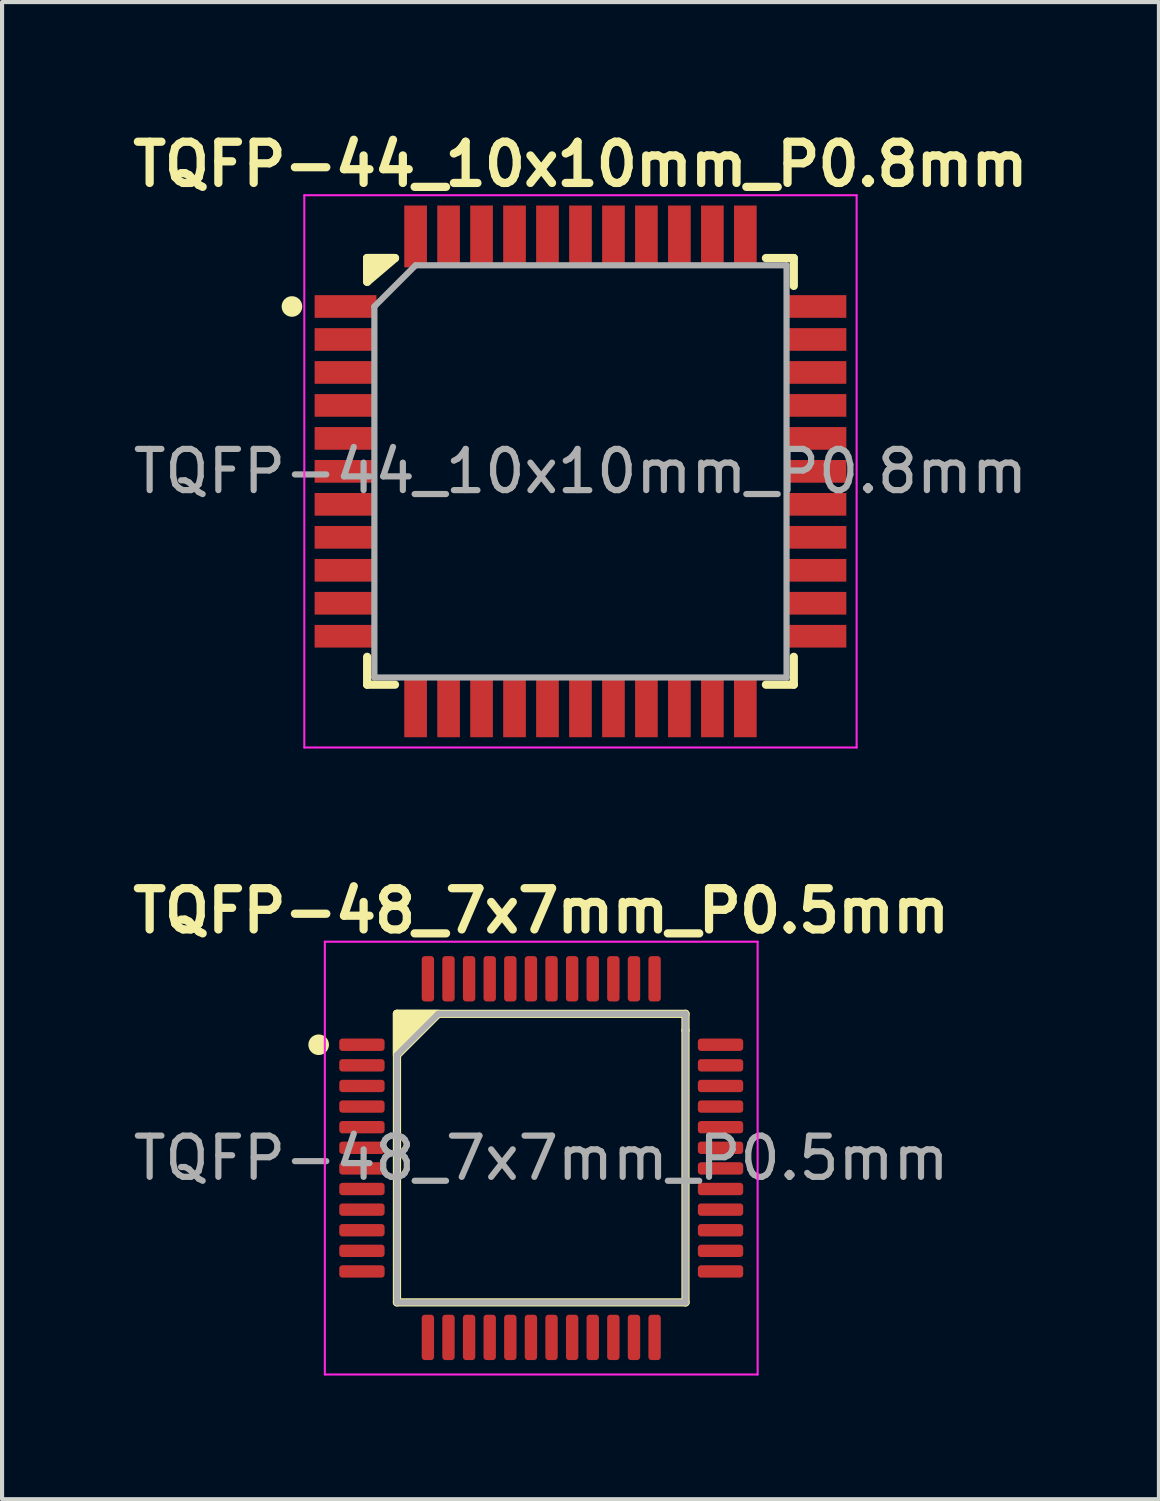
<source format=kicad_pcb>
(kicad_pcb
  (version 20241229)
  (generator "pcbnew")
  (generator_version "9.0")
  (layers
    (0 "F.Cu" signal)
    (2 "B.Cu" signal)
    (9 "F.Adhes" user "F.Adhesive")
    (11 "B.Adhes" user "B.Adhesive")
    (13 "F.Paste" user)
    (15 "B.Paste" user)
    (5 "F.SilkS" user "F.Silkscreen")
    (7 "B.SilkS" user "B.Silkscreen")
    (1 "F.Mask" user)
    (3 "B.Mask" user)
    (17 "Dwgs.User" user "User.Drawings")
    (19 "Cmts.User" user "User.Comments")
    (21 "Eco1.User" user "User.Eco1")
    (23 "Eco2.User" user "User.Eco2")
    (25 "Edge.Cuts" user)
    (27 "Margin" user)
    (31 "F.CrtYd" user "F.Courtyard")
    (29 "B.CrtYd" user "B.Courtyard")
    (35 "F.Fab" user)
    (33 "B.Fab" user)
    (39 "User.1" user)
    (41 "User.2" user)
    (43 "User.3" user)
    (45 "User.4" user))
  (footprint "TQFP-44_10x10mm_P0.8mm"
    (layer "F.Cu")
    (at 11.033 8.386)
    (property "Reference" "TQFP-44_10x10mm_P0.8mm" (at 0 -7.45 0) (layer "F.SilkS") (effects (font (size 1 1) (thickness 0.2))))
    (attr smd)
    (fp_line (start -5.175 -5.175) (end -5.175 -4.6) (stroke (width 0.2) (type solid)) (layer "F.SilkS"))
    (fp_line (start -5.175 -5.175) (end -4.5 -5.175) (stroke (width 0.2) (type solid)) (layer "F.SilkS"))
    (fp_line (start -5.175 5.175) (end -5.175 4.5) (stroke (width 0.2) (type solid)) (layer "F.SilkS"))
    (fp_line (start -5.175 5.175) (end -4.5 5.175) (stroke (width 0.2) (type solid)) (layer "F.SilkS"))
    (fp_line (start 5.175 -5.175) (end 4.5 -5.175) (stroke (width 0.2) (type solid)) (layer "F.SilkS"))
    (fp_line (start 5.175 -5.175) (end 5.175 -4.5) (stroke (width 0.2) (type solid)) (layer "F.SilkS"))
    (fp_line (start 5.175 5.175) (end 4.5 5.175) (stroke (width 0.2) (type solid)) (layer "F.SilkS"))
    (fp_line (start 5.175 5.175) (end 5.175 4.5) (stroke (width 0.2) (type solid)) (layer "F.SilkS"))
    (fp_circle (center -7 -4) (end -6.875 -4) (stroke (width 0.25) (type solid)) (fill no) (layer "F.SilkS"))
    (fp_poly (pts (xy -5.175 -4.6) (xy -5.175 -5.175) (xy -4.5 -5.175)) (stroke (width 0.2) (type solid)) (fill yes) (layer "F.SilkS"))
    (fp_line (start -6.7 -6.7) (end -6.7 6.7) (stroke (width 0.05) (type solid)) (layer "F.CrtYd"))
    (fp_line (start -6.7 -6.7) (end 6.7 -6.7) (stroke (width 0.05) (type solid)) (layer "F.CrtYd"))
    (fp_line (start -6.7 6.7) (end 6.7 6.7) (stroke (width 0.05) (type solid)) (layer "F.CrtYd"))
    (fp_line (start 6.7 -6.7) (end 6.7 6.7) (stroke (width 0.05) (type solid)) (layer "F.CrtYd"))
    (fp_line (start -5 -4) (end -4 -5) (stroke (width 0.15) (type solid)) (layer "F.Fab"))
    (fp_line (start -5 5) (end -5 -4) (stroke (width 0.15) (type solid)) (layer "F.Fab"))
    (fp_line (start -4 -5) (end 5 -5) (stroke (width 0.15) (type solid)) (layer "F.Fab"))
    (fp_line (start 5 -5) (end 5 5) (stroke (width 0.15) (type solid)) (layer "F.Fab"))
    (fp_line (start 5 5) (end -5 5) (stroke (width 0.15) (type solid)) (layer "F.Fab"))
    (fp_text user "${REFERENCE}" (at 0 0 0) (layer "F.Fab") (effects (font (size 1 1) (thickness 0.15))))
    (pad "1" smd rect (at -5.7 -4) (size 1.5 0.55) (layers "F.Cu" "F.Mask" "F.Paste"))
    (pad "2" smd rect (at -5.7 -3.2) (size 1.5 0.55) (layers "F.Cu" "F.Mask" "F.Paste"))
    (pad "3" smd rect (at -5.7 -2.4) (size 1.5 0.55) (layers "F.Cu" "F.Mask" "F.Paste"))
    (pad "4" smd rect (at -5.7 -1.6) (size 1.5 0.55) (layers "F.Cu" "F.Mask" "F.Paste"))
    (pad "5" smd rect (at -5.7 -0.8) (size 1.5 0.55) (layers "F.Cu" "F.Mask" "F.Paste"))
    (pad "6" smd rect (at -5.7 0) (size 1.5 0.55) (layers "F.Cu" "F.Mask" "F.Paste"))
    (pad "7" smd rect (at -5.7 0.8) (size 1.5 0.55) (layers "F.Cu" "F.Mask" "F.Paste"))
    (pad "8" smd rect (at -5.7 1.6) (size 1.5 0.55) (layers "F.Cu" "F.Mask" "F.Paste"))
    (pad "9" smd rect (at -5.7 2.4) (size 1.5 0.55) (layers "F.Cu" "F.Mask" "F.Paste"))
    (pad "10" smd rect (at -5.7 3.2) (size 1.5 0.55) (layers "F.Cu" "F.Mask" "F.Paste"))
    (pad "11" smd rect (at -5.7 4) (size 1.5 0.55) (layers "F.Cu" "F.Mask" "F.Paste"))
    (pad "12" smd rect (at -4 5.7 90) (size 1.5 0.55) (layers "F.Cu" "F.Mask" "F.Paste"))
    (pad "13" smd rect (at -3.2 5.7 90) (size 1.5 0.55) (layers "F.Cu" "F.Mask" "F.Paste"))
    (pad "14" smd rect (at -2.4 5.7 90) (size 1.5 0.55) (layers "F.Cu" "F.Mask" "F.Paste"))
    (pad "15" smd rect (at -1.6 5.7 90) (size 1.5 0.55) (layers "F.Cu" "F.Mask" "F.Paste"))
    (pad "16" smd rect (at -0.8 5.7 90) (size 1.5 0.55) (layers "F.Cu" "F.Mask" "F.Paste"))
    (pad "17" smd rect (at 0 5.7 90) (size 1.5 0.55) (layers "F.Cu" "F.Mask" "F.Paste"))
    (pad "18" smd rect (at 0.8 5.7 90) (size 1.5 0.55) (layers "F.Cu" "F.Mask" "F.Paste"))
    (pad "19" smd rect (at 1.6 5.7 90) (size 1.5 0.55) (layers "F.Cu" "F.Mask" "F.Paste"))
    (pad "20" smd rect (at 2.4 5.7 90) (size 1.5 0.55) (layers "F.Cu" "F.Mask" "F.Paste"))
    (pad "21" smd rect (at 3.2 5.7 90) (size 1.5 0.55) (layers "F.Cu" "F.Mask" "F.Paste"))
    (pad "22" smd rect (at 4 5.7 90) (size 1.5 0.55) (layers "F.Cu" "F.Mask" "F.Paste"))
    (pad "23" smd rect (at 5.7 4) (size 1.5 0.55) (layers "F.Cu" "F.Mask" "F.Paste"))
    (pad "24" smd rect (at 5.7 3.2) (size 1.5 0.55) (layers "F.Cu" "F.Mask" "F.Paste"))
    (pad "25" smd rect (at 5.7 2.4) (size 1.5 0.55) (layers "F.Cu" "F.Mask" "F.Paste"))
    (pad "26" smd rect (at 5.7 1.6) (size 1.5 0.55) (layers "F.Cu" "F.Mask" "F.Paste"))
    (pad "27" smd rect (at 5.7 0.8) (size 1.5 0.55) (layers "F.Cu" "F.Mask" "F.Paste"))
    (pad "28" smd rect (at 5.7 0) (size 1.5 0.55) (layers "F.Cu" "F.Mask" "F.Paste"))
    (pad "29" smd rect (at 5.7 -0.8) (size 1.5 0.55) (layers "F.Cu" "F.Mask" "F.Paste"))
    (pad "30" smd rect (at 5.7 -1.6) (size 1.5 0.55) (layers "F.Cu" "F.Mask" "F.Paste"))
    (pad "31" smd rect (at 5.7 -2.4) (size 1.5 0.55) (layers "F.Cu" "F.Mask" "F.Paste"))
    (pad "32" smd rect (at 5.7 -3.2) (size 1.5 0.55) (layers "F.Cu" "F.Mask" "F.Paste"))
    (pad "33" smd rect (at 5.7 -4) (size 1.5 0.55) (layers "F.Cu" "F.Mask" "F.Paste"))
    (pad "34" smd rect (at 4 -5.7 90) (size 1.5 0.55) (layers "F.Cu" "F.Mask" "F.Paste"))
    (pad "35" smd rect (at 3.2 -5.7 90) (size 1.5 0.55) (layers "F.Cu" "F.Mask" "F.Paste"))
    (pad "36" smd rect (at 2.4 -5.7 90) (size 1.5 0.55) (layers "F.Cu" "F.Mask" "F.Paste"))
    (pad "37" smd rect (at 1.6 -5.7 90) (size 1.5 0.55) (layers "F.Cu" "F.Mask" "F.Paste"))
    (pad "38" smd rect (at 0.8 -5.7 90) (size 1.5 0.55) (layers "F.Cu" "F.Mask" "F.Paste"))
    (pad "39" smd rect (at 0 -5.7 90) (size 1.5 0.55) (layers "F.Cu" "F.Mask" "F.Paste"))
    (pad "40" smd rect (at -0.8 -5.7 90) (size 1.5 0.55) (layers "F.Cu" "F.Mask" "F.Paste"))
    (pad "41" smd rect (at -1.6 -5.7 90) (size 1.5 0.55) (layers "F.Cu" "F.Mask" "F.Paste"))
    (pad "42" smd rect (at -2.4 -5.7 90) (size 1.5 0.55) (layers "F.Cu" "F.Mask" "F.Paste"))
    (pad "43" smd rect (at -3.2 -5.7 90) (size 1.5 0.55) (layers "F.Cu" "F.Mask" "F.Paste"))
    (pad "44" smd rect (at -4 -5.7 90) (size 1.5 0.55) (layers "F.Cu" "F.Mask" "F.Paste")))
  (footprint "TQFP-48_7x7mm_P0.5mm"
    (layer "F.Cu")
    (at 10.081 25.047)
    (property "Reference" "TQFP-48_7x7mm_P0.5mm" (at 0 -6 0) (layer "F.SilkS") (effects (font (size 1 1) (thickness 0.2))))
    (attr smd)
    (fp_line (start -3.5 3.5) (end -3.5 -3.5) (stroke (width 0.2) (type solid)) (layer "F.SilkS"))
    (fp_line (start -3.5 3.5) (end 3.5 3.5) (stroke (width 0.2) (type solid)) (layer "F.SilkS"))
    (fp_line (start 3.5 -3.5) (end -3.5 -3.5) (stroke (width 0.2) (type solid)) (layer "F.SilkS"))
    (fp_line (start 3.5 -3.5) (end 3.5 -3.1) (stroke (width 0.2) (type solid)) (layer "F.SilkS"))
    (fp_line (start 3.5 3.5) (end 3.5 -3.1) (stroke (width 0.2) (type solid)) (layer "F.SilkS"))
    (fp_circle (center -5.4 -2.75) (end -5.275 -2.75) (stroke (width 0.25) (type solid)) (fill no) (layer "F.SilkS"))
    (fp_poly (pts (xy -3.5 -2.5) (xy -3.5 -3.5) (xy -2.5 -3.5)) (stroke (width 0.2) (type solid)) (fill yes) (layer "F.SilkS"))
    (fp_line (start -5.25 -5.25) (end -5.25 5.25) (stroke (width 0.05) (type solid)) (layer "F.CrtYd"))
    (fp_line (start -5.25 -5.25) (end 5.25 -5.25) (stroke (width 0.05) (type solid)) (layer "F.CrtYd"))
    (fp_line (start -5.25 5.25) (end 5.25 5.25) (stroke (width 0.05) (type solid)) (layer "F.CrtYd"))
    (fp_line (start 5.25 -5.25) (end 5.25 5.25) (stroke (width 0.05) (type solid)) (layer "F.CrtYd"))
    (fp_line (start -3.5 -2.5) (end -2.5 -3.5) (stroke (width 0.15) (type solid)) (layer "F.Fab"))
    (fp_line (start -3.5 3.5) (end -3.5 -2.5) (stroke (width 0.15) (type solid)) (layer "F.Fab"))
    (fp_line (start -2.5 -3.5) (end 3.5 -3.5) (stroke (width 0.15) (type solid)) (layer "F.Fab"))
    (fp_line (start 3.5 -3.5) (end 3.5 3.5) (stroke (width 0.15) (type solid)) (layer "F.Fab"))
    (fp_line (start 3.5 3.5) (end -3.5 3.5) (stroke (width 0.15) (type solid)) (layer "F.Fab"))
    (fp_text user "${REFERENCE}" (at 0 0 0) (layer "F.Fab") (effects (font (size 1 1) (thickness 0.15))))
    (pad "1" smd roundrect (at -4.35 -2.75) (size 1.1 0.3) (layers "F.Cu" "F.Mask" "F.Paste") (roundrect_rratio 0.25))
    (pad "2" smd roundrect (at -4.35 -2.25) (size 1.1 0.3) (layers "F.Cu" "F.Mask" "F.Paste") (roundrect_rratio 0.25))
    (pad "3" smd roundrect (at -4.35 -1.75) (size 1.1 0.3) (layers "F.Cu" "F.Mask" "F.Paste") (roundrect_rratio 0.25))
    (pad "4" smd roundrect (at -4.35 -1.25) (size 1.1 0.3) (layers "F.Cu" "F.Mask" "F.Paste") (roundrect_rratio 0.25))
    (pad "5" smd roundrect (at -4.35 -0.75) (size 1.1 0.3) (layers "F.Cu" "F.Mask" "F.Paste") (roundrect_rratio 0.25))
    (pad "6" smd roundrect (at -4.35 -0.25) (size 1.1 0.3) (layers "F.Cu" "F.Mask" "F.Paste") (roundrect_rratio 0.25))
    (pad "7" smd roundrect (at -4.35 0.25) (size 1.1 0.3) (layers "F.Cu" "F.Mask" "F.Paste") (roundrect_rratio 0.25))
    (pad "8" smd roundrect (at -4.35 0.75) (size 1.1 0.3) (layers "F.Cu" "F.Mask" "F.Paste") (roundrect_rratio 0.25))
    (pad "9" smd roundrect (at -4.35 1.25) (size 1.1 0.3) (layers "F.Cu" "F.Mask" "F.Paste") (roundrect_rratio 0.25))
    (pad "10" smd roundrect (at -4.35 1.75) (size 1.1 0.3) (layers "F.Cu" "F.Mask" "F.Paste") (roundrect_rratio 0.25))
    (pad "11" smd roundrect (at -4.35 2.25) (size 1.1 0.3) (layers "F.Cu" "F.Mask" "F.Paste") (roundrect_rratio 0.25))
    (pad "12" smd roundrect (at -4.35 2.75) (size 1.1 0.3) (layers "F.Cu" "F.Mask" "F.Paste") (roundrect_rratio 0.25))
    (pad "13" smd roundrect (at -2.75 4.35 90) (size 1.1 0.3) (layers "F.Cu" "F.Mask" "F.Paste") (roundrect_rratio 0.25))
    (pad "14" smd roundrect (at -2.25 4.35 90) (size 1.1 0.3) (layers "F.Cu" "F.Mask" "F.Paste") (roundrect_rratio 0.25))
    (pad "15" smd roundrect (at -1.75 4.35 90) (size 1.1 0.3) (layers "F.Cu" "F.Mask" "F.Paste") (roundrect_rratio 0.25))
    (pad "16" smd roundrect (at -1.25 4.35 90) (size 1.1 0.3) (layers "F.Cu" "F.Mask" "F.Paste") (roundrect_rratio 0.25))
    (pad "17" smd roundrect (at -0.75 4.35 90) (size 1.1 0.3) (layers "F.Cu" "F.Mask" "F.Paste") (roundrect_rratio 0.25))
    (pad "18" smd roundrect (at -0.25 4.35 90) (size 1.1 0.3) (layers "F.Cu" "F.Mask" "F.Paste") (roundrect_rratio 0.25))
    (pad "19" smd roundrect (at 0.25 4.35 90) (size 1.1 0.3) (layers "F.Cu" "F.Mask" "F.Paste") (roundrect_rratio 0.25))
    (pad "20" smd roundrect (at 0.75 4.35 90) (size 1.1 0.3) (layers "F.Cu" "F.Mask" "F.Paste") (roundrect_rratio 0.25))
    (pad "21" smd roundrect (at 1.25 4.35 90) (size 1.1 0.3) (layers "F.Cu" "F.Mask" "F.Paste") (roundrect_rratio 0.25))
    (pad "22" smd roundrect (at 1.75 4.35 90) (size 1.1 0.3) (layers "F.Cu" "F.Mask" "F.Paste") (roundrect_rratio 0.25))
    (pad "23" smd roundrect (at 2.25 4.35 90) (size 1.1 0.3) (layers "F.Cu" "F.Mask" "F.Paste") (roundrect_rratio 0.25))
    (pad "24" smd roundrect (at 2.75 4.35 90) (size 1.1 0.3) (layers "F.Cu" "F.Mask" "F.Paste") (roundrect_rratio 0.25))
    (pad "25" smd roundrect (at 4.35 2.75) (size 1.1 0.3) (layers "F.Cu" "F.Mask" "F.Paste") (roundrect_rratio 0.25))
    (pad "26" smd roundrect (at 4.35 2.25) (size 1.1 0.3) (layers "F.Cu" "F.Mask" "F.Paste") (roundrect_rratio 0.25))
    (pad "27" smd roundrect (at 4.35 1.75) (size 1.1 0.3) (layers "F.Cu" "F.Mask" "F.Paste") (roundrect_rratio 0.25))
    (pad "28" smd roundrect (at 4.35 1.25) (size 1.1 0.3) (layers "F.Cu" "F.Mask" "F.Paste") (roundrect_rratio 0.25))
    (pad "29" smd roundrect (at 4.35 0.75) (size 1.1 0.3) (layers "F.Cu" "F.Mask" "F.Paste") (roundrect_rratio 0.25))
    (pad "30" smd roundrect (at 4.35 0.25) (size 1.1 0.3) (layers "F.Cu" "F.Mask" "F.Paste") (roundrect_rratio 0.25))
    (pad "31" smd roundrect (at 4.35 -0.25) (size 1.1 0.3) (layers "F.Cu" "F.Mask" "F.Paste") (roundrect_rratio 0.25))
    (pad "32" smd roundrect (at 4.35 -0.75) (size 1.1 0.3) (layers "F.Cu" "F.Mask" "F.Paste") (roundrect_rratio 0.25))
    (pad "33" smd roundrect (at 4.35 -1.25) (size 1.1 0.3) (layers "F.Cu" "F.Mask" "F.Paste") (roundrect_rratio 0.25))
    (pad "34" smd roundrect (at 4.35 -1.75) (size 1.1 0.3) (layers "F.Cu" "F.Mask" "F.Paste") (roundrect_rratio 0.25))
    (pad "35" smd roundrect (at 4.35 -2.25) (size 1.1 0.3) (layers "F.Cu" "F.Mask" "F.Paste") (roundrect_rratio 0.25))
    (pad "36" smd roundrect (at 4.35 -2.75) (size 1.1 0.3) (layers "F.Cu" "F.Mask" "F.Paste") (roundrect_rratio 0.25))
    (pad "37" smd roundrect (at 2.75 -4.35 90) (size 1.1 0.3) (layers "F.Cu" "F.Mask" "F.Paste") (roundrect_rratio 0.25))
    (pad "38" smd roundrect (at 2.25 -4.35 90) (size 1.1 0.3) (layers "F.Cu" "F.Mask" "F.Paste") (roundrect_rratio 0.25))
    (pad "39" smd roundrect (at 1.75 -4.35 90) (size 1.1 0.3) (layers "F.Cu" "F.Mask" "F.Paste") (roundrect_rratio 0.25))
    (pad "40" smd roundrect (at 1.25 -4.35 90) (size 1.1 0.3) (layers "F.Cu" "F.Mask" "F.Paste") (roundrect_rratio 0.25))
    (pad "41" smd roundrect (at 0.75 -4.35 90) (size 1.1 0.3) (layers "F.Cu" "F.Mask" "F.Paste") (roundrect_rratio 0.25))
    (pad "42" smd roundrect (at 0.25 -4.35 90) (size 1.1 0.3) (layers "F.Cu" "F.Mask" "F.Paste") (roundrect_rratio 0.25))
    (pad "43" smd roundrect (at -0.25 -4.35 90) (size 1.1 0.3) (layers "F.Cu" "F.Mask" "F.Paste") (roundrect_rratio 0.25))
    (pad "44" smd roundrect (at -0.75 -4.35 90) (size 1.1 0.3) (layers "F.Cu" "F.Mask" "F.Paste") (roundrect_rratio 0.25))
    (pad "45" smd roundrect (at -1.25 -4.35 90) (size 1.1 0.3) (layers "F.Cu" "F.Mask" "F.Paste") (roundrect_rratio 0.25))
    (pad "46" smd roundrect (at -1.75 -4.35 90) (size 1.1 0.3) (layers "F.Cu" "F.Mask" "F.Paste") (roundrect_rratio 0.25))
    (pad "47" smd roundrect (at -2.25 -4.35 90) (size 1.1 0.3) (layers "F.Cu" "F.Mask" "F.Paste") (roundrect_rratio 0.25))
    (pad "48" smd roundrect (at -2.75 -4.35 90) (size 1.1 0.3) (layers "F.Cu" "F.Mask" "F.Paste") (roundrect_rratio 0.25)))
  (gr_rect
    (start -3 -3)
    (end 25.067 33.322)
    (stroke (width 0.1) (type default))
    (fill no)
    (layer "Edge.Cuts")))
</source>
